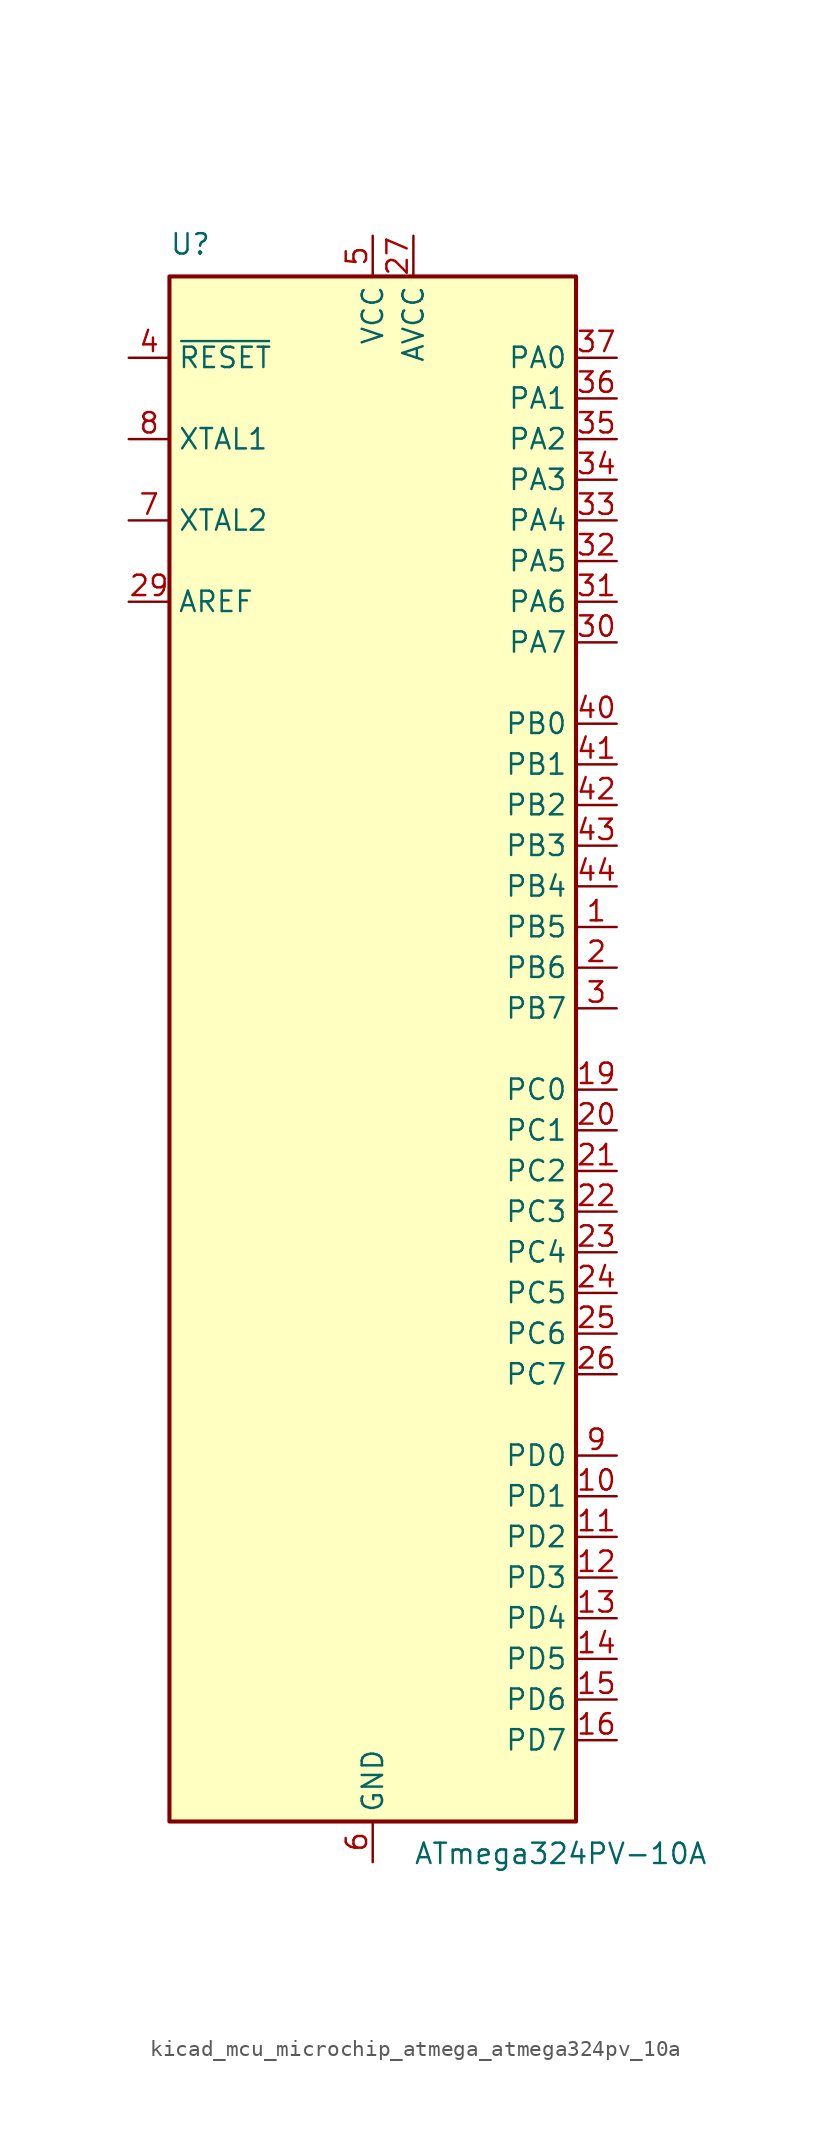
<source format=kicad_sym>
(kicad_symbol_lib
  (version 20220914)
  (generator kicad_symbol_editor)
  (symbol "kicad_mcu_microchip_atmega_atmega324pv_10a"
    (property "Reference" "U"
      (at -12.7 49.53 0)
      (effects (font (size 1.27 1.27)) (justify left bottom)))
    (property "Value" "ATmega324PV-10A"
      (at 2.54 -49.53 0)
      (effects (font (size 1.27 1.27)) (justify left top)))
    (symbol "kicad_mcu_microchip_atmega_atmega324pv_10a_0_1"
      (rectangle (start -12.7 -48.26) (end 12.7 48.26) (stroke (width 0.254) (type default)) (fill (type background))))
    (symbol "kicad_mcu_microchip_atmega_atmega324pv_10a_1_1"
      (pin bidirectional line (at 15.24 7.62 180) (length 2.54) (name "PB5" (effects (font (size 1.27 1.27)))) (number "1" (effects (font (size 1.27 1.27)))))
      (pin bidirectional line (at 15.24 -27.94 180) (length 2.54) (name "PD1" (effects (font (size 1.27 1.27)))) (number "10" (effects (font (size 1.27 1.27)))))
      (pin bidirectional line (at 15.24 -30.48 180) (length 2.54) (name "PD2" (effects (font (size 1.27 1.27)))) (number "11" (effects (font (size 1.27 1.27)))))
      (pin bidirectional line (at 15.24 -33.02 180) (length 2.54) (name "PD3" (effects (font (size 1.27 1.27)))) (number "12" (effects (font (size 1.27 1.27)))))
      (pin bidirectional line (at 15.24 -35.56 180) (length 2.54) (name "PD4" (effects (font (size 1.27 1.27)))) (number "13" (effects (font (size 1.27 1.27)))))
      (pin bidirectional line (at 15.24 -38.1 180) (length 2.54) (name "PD5" (effects (font (size 1.27 1.27)))) (number "14" (effects (font (size 1.27 1.27)))))
      (pin bidirectional line (at 15.24 -40.64 180) (length 2.54) (name "PD6" (effects (font (size 1.27 1.27)))) (number "15" (effects (font (size 1.27 1.27)))))
      (pin bidirectional line (at 15.24 -43.18 180) (length 2.54) (name "PD7" (effects (font (size 1.27 1.27)))) (number "16" (effects (font (size 1.27 1.27)))))
      (pin passive line (at 0 50.8 270) (length 2.54) hide (name "VCC" (effects (font (size 1.27 1.27)))) (number "17" (effects (font (size 1.27 1.27)))))
      (pin passive line (at 0 -50.8 90) (length 2.54) hide (name "GND" (effects (font (size 1.27 1.27)))) (number "18" (effects (font (size 1.27 1.27)))))
      (pin bidirectional line (at 15.24 -2.54 180) (length 2.54) (name "PC0" (effects (font (size 1.27 1.27)))) (number "19" (effects (font (size 1.27 1.27)))))
      (pin bidirectional line (at 15.24 5.08 180) (length 2.54) (name "PB6" (effects (font (size 1.27 1.27)))) (number "2" (effects (font (size 1.27 1.27)))))
      (pin bidirectional line (at 15.24 -5.08 180) (length 2.54) (name "PC1" (effects (font (size 1.27 1.27)))) (number "20" (effects (font (size 1.27 1.27)))))
      (pin bidirectional line (at 15.24 -7.62 180) (length 2.54) (name "PC2" (effects (font (size 1.27 1.27)))) (number "21" (effects (font (size 1.27 1.27)))))
      (pin bidirectional line (at 15.24 -10.16 180) (length 2.54) (name "PC3" (effects (font (size 1.27 1.27)))) (number "22" (effects (font (size 1.27 1.27)))))
      (pin bidirectional line (at 15.24 -12.7 180) (length 2.54) (name "PC4" (effects (font (size 1.27 1.27)))) (number "23" (effects (font (size 1.27 1.27)))))
      (pin bidirectional line (at 15.24 -15.24 180) (length 2.54) (name "PC5" (effects (font (size 1.27 1.27)))) (number "24" (effects (font (size 1.27 1.27)))))
      (pin bidirectional line (at 15.24 -17.78 180) (length 2.54) (name "PC6" (effects (font (size 1.27 1.27)))) (number "25" (effects (font (size 1.27 1.27)))))
      (pin bidirectional line (at 15.24 -20.32 180) (length 2.54) (name "PC7" (effects (font (size 1.27 1.27)))) (number "26" (effects (font (size 1.27 1.27)))))
      (pin power_in line (at 2.54 50.8 270) (length 2.54) (name "AVCC" (effects (font (size 1.27 1.27)))) (number "27" (effects (font (size 1.27 1.27)))))
      (pin passive line (at 0 -50.8 90) (length 2.54) hide (name "GND" (effects (font (size 1.27 1.27)))) (number "28" (effects (font (size 1.27 1.27)))))
      (pin passive line (at -15.24 27.94 0) (length 2.54) (name "AREF" (effects (font (size 1.27 1.27)))) (number "29" (effects (font (size 1.27 1.27)))))
      (pin bidirectional line (at 15.24 2.54 180) (length 2.54) (name "PB7" (effects (font (size 1.27 1.27)))) (number "3" (effects (font (size 1.27 1.27)))))
      (pin bidirectional line (at 15.24 25.4 180) (length 2.54) (name "PA7" (effects (font (size 1.27 1.27)))) (number "30" (effects (font (size 1.27 1.27)))))
      (pin bidirectional line (at 15.24 27.94 180) (length 2.54) (name "PA6" (effects (font (size 1.27 1.27)))) (number "31" (effects (font (size 1.27 1.27)))))
      (pin bidirectional line (at 15.24 30.48 180) (length 2.54) (name "PA5" (effects (font (size 1.27 1.27)))) (number "32" (effects (font (size 1.27 1.27)))))
      (pin bidirectional line (at 15.24 33.02 180) (length 2.54) (name "PA4" (effects (font (size 1.27 1.27)))) (number "33" (effects (font (size 1.27 1.27)))))
      (pin bidirectional line (at 15.24 35.56 180) (length 2.54) (name "PA3" (effects (font (size 1.27 1.27)))) (number "34" (effects (font (size 1.27 1.27)))))
      (pin bidirectional line (at 15.24 38.1 180) (length 2.54) (name "PA2" (effects (font (size 1.27 1.27)))) (number "35" (effects (font (size 1.27 1.27)))))
      (pin bidirectional line (at 15.24 40.64 180) (length 2.54) (name "PA1" (effects (font (size 1.27 1.27)))) (number "36" (effects (font (size 1.27 1.27)))))
      (pin bidirectional line (at 15.24 43.18 180) (length 2.54) (name "PA0" (effects (font (size 1.27 1.27)))) (number "37" (effects (font (size 1.27 1.27)))))
      (pin passive line (at 0 50.8 270) (length 2.54) hide (name "VCC" (effects (font (size 1.27 1.27)))) (number "38" (effects (font (size 1.27 1.27)))))
      (pin passive line (at 0 -50.8 90) (length 2.54) hide (name "GND" (effects (font (size 1.27 1.27)))) (number "39" (effects (font (size 1.27 1.27)))))
      (pin input line (at -15.24 43.18 0) (length 2.54) (name "~{RESET}" (effects (font (size 1.27 1.27)))) (number "4" (effects (font (size 1.27 1.27)))))
      (pin bidirectional line (at 15.24 20.32 180) (length 2.54) (name "PB0" (effects (font (size 1.27 1.27)))) (number "40" (effects (font (size 1.27 1.27)))))
      (pin bidirectional line (at 15.24 17.78 180) (length 2.54) (name "PB1" (effects (font (size 1.27 1.27)))) (number "41" (effects (font (size 1.27 1.27)))))
      (pin bidirectional line (at 15.24 15.24 180) (length 2.54) (name "PB2" (effects (font (size 1.27 1.27)))) (number "42" (effects (font (size 1.27 1.27)))))
      (pin bidirectional line (at 15.24 12.7 180) (length 2.54) (name "PB3" (effects (font (size 1.27 1.27)))) (number "43" (effects (font (size 1.27 1.27)))))
      (pin bidirectional line (at 15.24 10.16 180) (length 2.54) (name "PB4" (effects (font (size 1.27 1.27)))) (number "44" (effects (font (size 1.27 1.27)))))
      (pin power_in line (at 0 50.8 270) (length 2.54) (name "VCC" (effects (font (size 1.27 1.27)))) (number "5" (effects (font (size 1.27 1.27)))))
      (pin power_in line (at 0 -50.8 90) (length 2.54) (name "GND" (effects (font (size 1.27 1.27)))) (number "6" (effects (font (size 1.27 1.27)))))
      (pin output line (at -15.24 33.02 0) (length 2.54) (name "XTAL2" (effects (font (size 1.27 1.27)))) (number "7" (effects (font (size 1.27 1.27)))))
      (pin input line (at -15.24 38.1 0) (length 2.54) (name "XTAL1" (effects (font (size 1.27 1.27)))) (number "8" (effects (font (size 1.27 1.27)))))
      (pin bidirectional line (at 15.24 -25.4 180) (length 2.54) (name "PD0" (effects (font (size 1.27 1.27)))) (number "9" (effects (font (size 1.27 1.27))))))))
</source>
